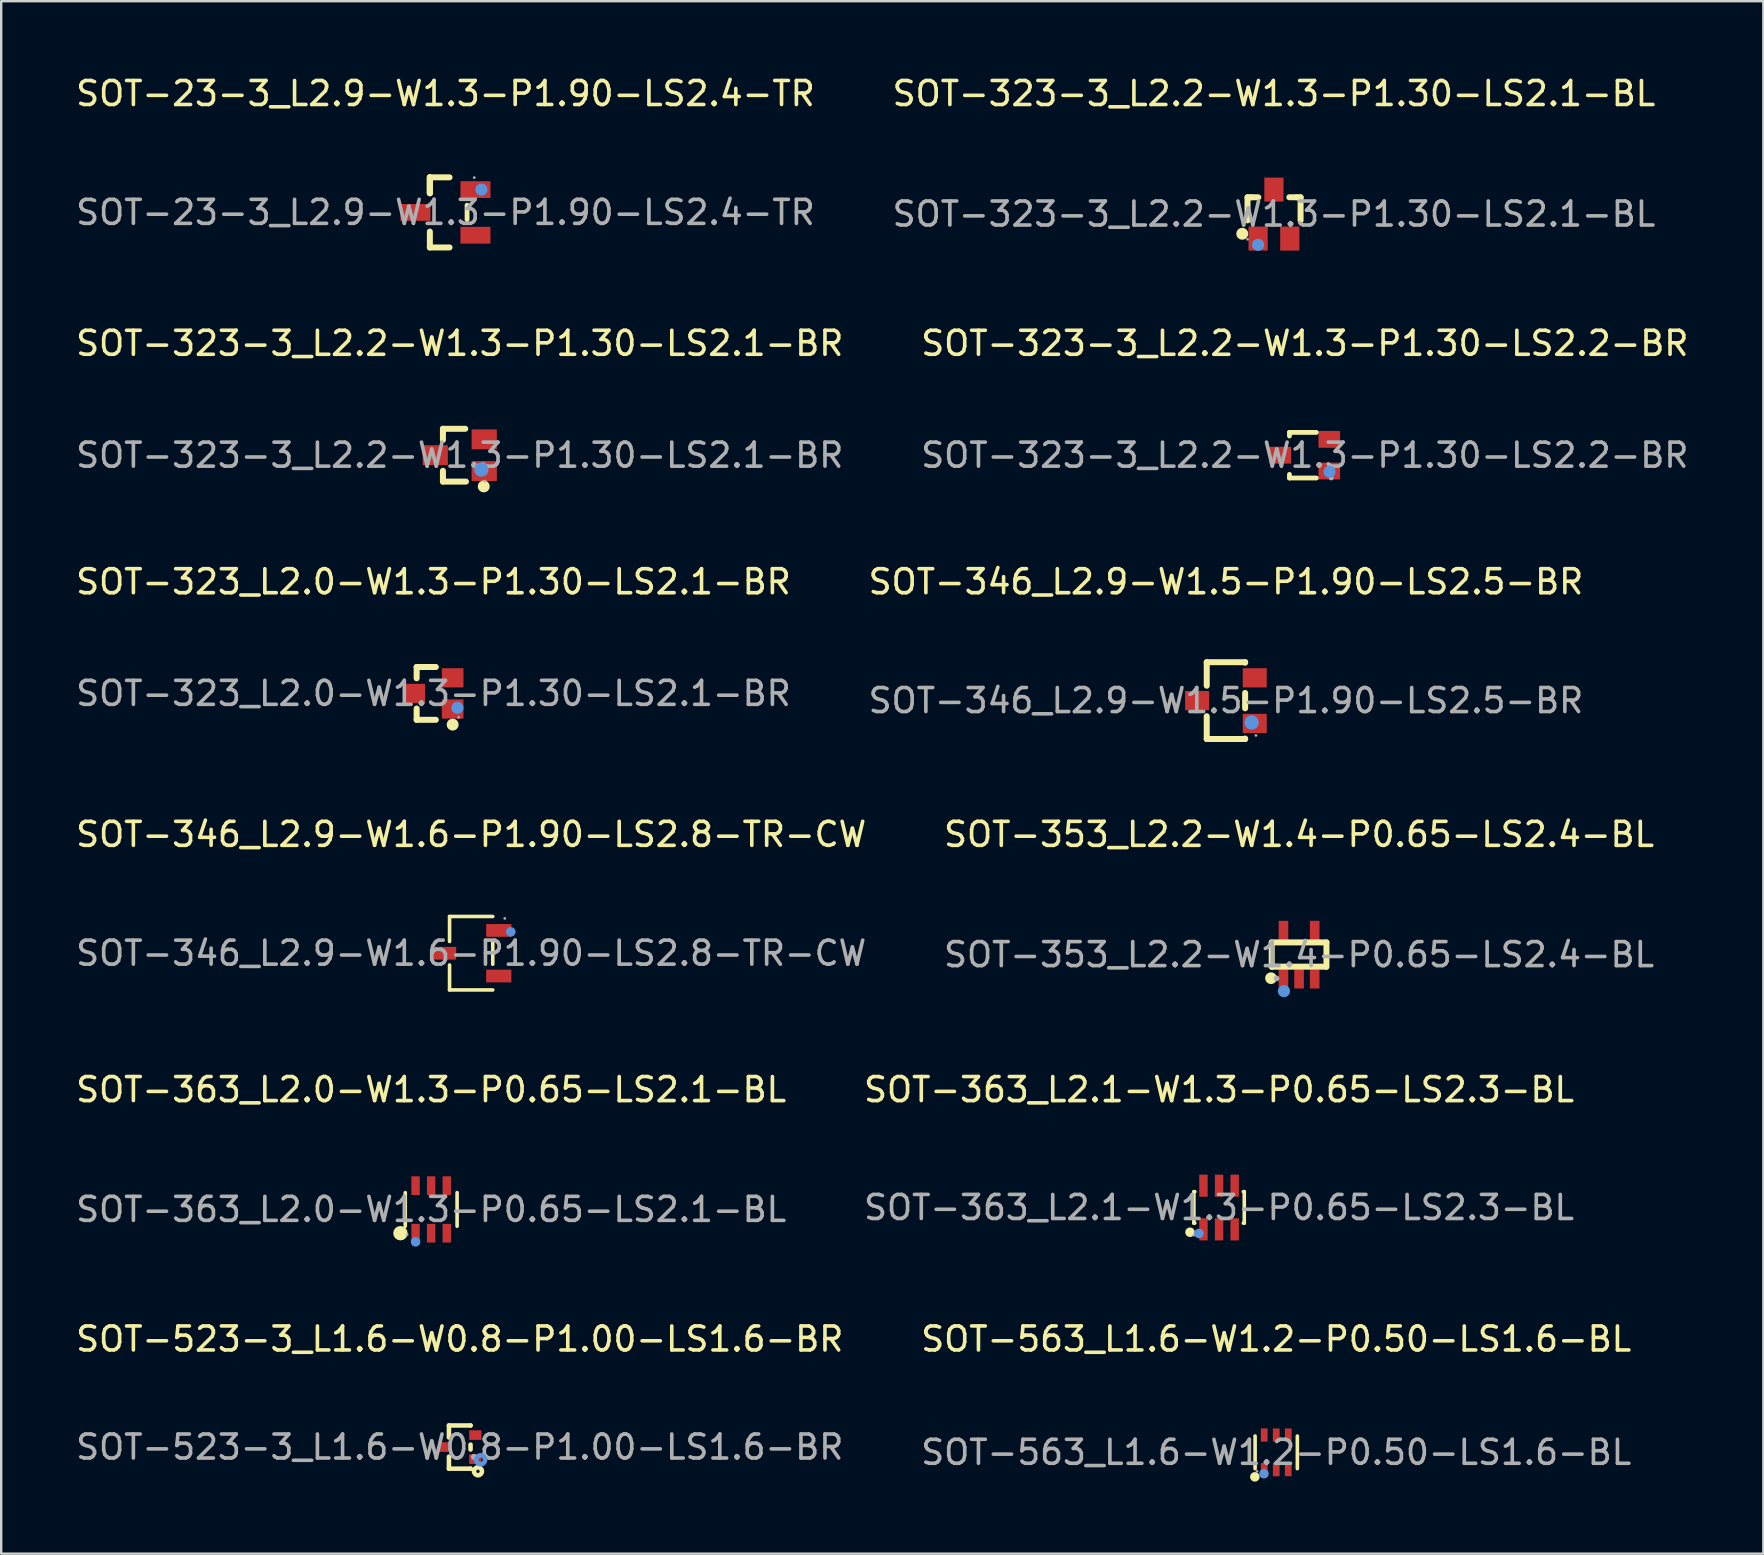
<source format=kicad_pcb>
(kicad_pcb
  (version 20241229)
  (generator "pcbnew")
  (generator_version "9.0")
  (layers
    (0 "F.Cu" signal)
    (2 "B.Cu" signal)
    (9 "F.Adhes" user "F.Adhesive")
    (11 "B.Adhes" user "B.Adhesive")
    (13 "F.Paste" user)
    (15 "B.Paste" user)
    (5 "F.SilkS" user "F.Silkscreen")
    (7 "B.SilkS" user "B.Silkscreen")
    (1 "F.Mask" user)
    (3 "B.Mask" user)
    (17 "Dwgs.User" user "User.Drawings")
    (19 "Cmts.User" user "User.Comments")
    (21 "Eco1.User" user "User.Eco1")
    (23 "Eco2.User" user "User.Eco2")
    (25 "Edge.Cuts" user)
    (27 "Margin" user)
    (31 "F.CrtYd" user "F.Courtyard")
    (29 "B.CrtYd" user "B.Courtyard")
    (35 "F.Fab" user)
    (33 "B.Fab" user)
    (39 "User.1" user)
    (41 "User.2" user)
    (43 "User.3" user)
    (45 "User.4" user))
  (footprint "SOT-323-3_L2.2-W1.3-P1.30-LS2.1-BR"
    (layer "F.Cu")
    (at 16.101 15.912)
    (property "Reference" "SOT-323-3_L2.2-W1.3-P1.30-LS2.1-BR" (at 0 -4.66 0) (layer "F.SilkS") (effects (font (size 1 1) (thickness 0.15))))
    (attr through_hole)
    (fp_line (start -0.7 -1.1) (end 0.23 -1.1) (stroke (width 0.25) (type solid)) (layer "F.SilkS"))
    (fp_line (start -0.7 -0.95) (end -0.7 -1.1) (stroke (width 0.25) (type solid)) (layer "F.SilkS"))
    (fp_line (start -0.7 -0.64) (end -0.7 -0.95) (stroke (width 0.25) (type solid)) (layer "F.SilkS"))
    (fp_line (start -0.7 0.95) (end -0.7 0.65) (stroke (width 0.25) (type solid)) (layer "F.SilkS"))
    (fp_line (start -0.7 0.95) (end -0.7 1.1) (stroke (width 0.25) (type solid)) (layer "F.SilkS"))
    (fp_line (start -0.7 1.1) (end 0.26 1.1) (stroke (width 0.25) (type solid)) (layer "F.SilkS"))
    (fp_arc (start 1 1.3) (mid 1 1.3) (end 1 1.3) (stroke (width 0.25) (type solid)) (layer "F.SilkS"))
    (fp_circle (center 0.9 0.6) (end 1.05 0.6) (stroke (width 0.3) (type solid)) (fill no) (layer "Cmts.User"))
    (fp_circle (center 1.05 1.08) (end 1.08 1.08) (stroke (width 0.06) (type solid)) (fill no) (layer "F.Fab"))
    (fp_text user "${REFERENCE}" (at 0 0 0) (layer "F.Fab") (effects (font (size 1 1) (thickness 0.15))))
    (pad "1" smd rect (at 1.02 0.66) (size 1.05 0.83) (layers "F.Cu" "F.Mask" "F.Paste"))
    (pad "2" smd rect (at 1.02 -0.66) (size 1.05 0.83) (layers "F.Cu" "F.Mask" "F.Paste"))
    (pad "3" smd rect (at -1.02 0) (size 1.05 0.83) (layers "F.Cu" "F.Mask" "F.Paste")))
  (footprint "SOT-323-3_L2.2-W1.3-P1.30-LS2.2-BR"
    (layer "F.Cu")
    (at 51.304 15.912)
    (property "Reference" "SOT-323-3_L2.2-W1.3-P1.30-LS2.2-BR" (at 0 -4.66 0) (layer "F.SilkS") (effects (font (size 1 1) (thickness 0.15))))
    (attr through_hole)
    (fp_line (start -0.64 -0.95) (end 0.48 -0.95) (stroke (width 0.2) (type solid)) (layer "F.SilkS"))
    (fp_line (start -0.64 -0.8) (end -0.64 -0.95) (stroke (width 0.2) (type solid)) (layer "F.SilkS"))
    (fp_line (start -0.64 0.95) (end -0.64 0.8) (stroke (width 0.2) (type solid)) (layer "F.SilkS"))
    (fp_line (start 0.48 0.95) (end -0.64 0.95) (stroke (width 0.2) (type solid)) (layer "F.SilkS"))
    (fp_circle (center 1.03 0.69) (end 1.16 0.69) (stroke (width 0.25) (type solid)) (fill no) (layer "Cmts.User"))
    (fp_circle (center 1.1 0.95) (end 1.15 0.95) (stroke (width 0.1) (type solid)) (fill no) (layer "F.Fab"))
    (fp_text user "${REFERENCE}" (at 0 0 0) (layer "F.Fab") (effects (font (size 1 1) (thickness 0.15))))
    (pad "1" smd rect (at 1.02 0.66 90) (size 0.7 0.9) (layers "F.Cu" "F.Mask" "F.Paste"))
    (pad "2" smd rect (at 1.02 -0.66 90) (size 0.7 0.9) (layers "F.Cu" "F.Mask" "F.Paste"))
    (pad "3" smd rect (at -1.02 0 90) (size 0.7 0.9) (layers "F.Cu" "F.Mask" "F.Paste")))
  (footprint "SOT-323_L2.0-W1.3-P1.30-LS2.1-BR"
    (layer "F.Cu")
    (at 15.006 25.835)
    (property "Reference" "SOT-323_L2.0-W1.3-P1.30-LS2.1-BR" (at 0 -4.65 0) (layer "F.SilkS") (effects (font (size 1 1) (thickness 0.15))))
    (attr through_hole)
    (fp_line (start -0.7 -1.1) (end 0.1 -1.1) (stroke (width 0.25) (type solid)) (layer "F.SilkS"))
    (fp_line (start -0.7 -0.63) (end -0.7 -1.1) (stroke (width 0.25) (type solid)) (layer "F.SilkS"))
    (fp_line (start -0.7 1.1) (end -0.7 0.63) (stroke (width 0.25) (type solid)) (layer "F.SilkS"))
    (fp_line (start -0.7 1.1) (end 0.1 1.1) (stroke (width 0.25) (type solid)) (layer "F.SilkS"))
    (fp_arc (start 0.8 1.3) (mid 0.8 1.3) (end 0.8 1.3) (stroke (width 0.25) (type solid)) (layer "F.SilkS"))
    (fp_circle (center 1 0.6) (end 1.13 0.6) (stroke (width 0.25) (type solid)) (fill no) (layer "Cmts.User"))
    (fp_circle (center 1.05 1) (end 1.08 1) (stroke (width 0.06) (type solid)) (fill no) (layer "F.Fab"))
    (fp_text user "${REFERENCE}" (at 0 0 0) (layer "F.Fab") (effects (font (size 1 1) (thickness 0.15))))
    (pad "1" smd rect (at 0.8 0.65 90) (size 0.8 0.9) (layers "F.Cu" "F.Mask" "F.Paste"))
    (pad "2" smd rect (at 0.8 -0.65 90) (size 0.8 0.9) (layers "F.Cu" "F.Mask" "F.Paste"))
    (pad "3" smd rect (at -0.8 0 90) (size 0.8 0.9) (layers "F.Cu" "F.Mask" "F.Paste")))
  (footprint "SOT-323-3_L2.2-W1.3-P1.30-LS2.1-BL"
    (layer "F.Cu")
    (at 50.018 5.868)
    (property "Reference" "SOT-323-3_L2.2-W1.3-P1.30-LS2.1-BL" (at 0 -5.02 0) (layer "F.SilkS") (effects (font (size 1 1) (thickness 0.15))))
    (attr through_hole)
    (fp_line (start -1.1 -0.7) (end -1.1 0.26) (stroke (width 0.25) (type solid)) (layer "F.SilkS"))
    (fp_line (start -0.95 -0.7) (end -1.1 -0.7) (stroke (width 0.25) (type solid)) (layer "F.SilkS"))
    (fp_line (start -0.95 -0.7) (end -0.65 -0.7) (stroke (width 0.25) (type solid)) (layer "F.SilkS"))
    (fp_line (start 0.64 -0.7) (end 0.95 -0.7) (stroke (width 0.25) (type solid)) (layer "F.SilkS"))
    (fp_line (start 0.95 -0.7) (end 1.11 -0.7) (stroke (width 0.25) (type solid)) (layer "F.SilkS"))
    (fp_line (start 1.11 -0.7) (end 1.11 0.26) (stroke (width 0.25) (type solid)) (layer "F.SilkS"))
    (fp_arc (start -1.32 0.82) (mid -1.32 0.82) (end -1.32 0.82) (stroke (width 0.25) (type solid)) (layer "F.SilkS"))
    (fp_circle (center -0.66 1.28) (end -0.53 1.28) (stroke (width 0.25) (type solid)) (fill no) (layer "Cmts.User"))
    (fp_circle (center -1.1 1.05) (end -1.07 1.05) (stroke (width 0.06) (type solid)) (fill no) (layer "F.Fab"))
    (fp_text user "${REFERENCE}" (at 0 0 0) (layer "F.Fab") (effects (font (size 1 1) (thickness 0.15))))
    (pad "1" smd rect (at -0.66 1.02) (size 0.8 1) (layers "F.Cu" "F.Mask" "F.Paste"))
    (pad "2" smd rect (at 0.66 1.02) (size 0.8 1) (layers "F.Cu" "F.Mask" "F.Paste"))
    (pad "3" smd rect (at 0 -1.02) (size 0.8 1) (layers "F.Cu" "F.Mask" "F.Paste")))
  (footprint "SOT-23-3_L2.9-W1.3-P1.90-LS2.4-TR"
    (layer "F.Cu")
    (at 15.506 5.798)
    (property "Reference" "SOT-23-3_L2.9-W1.3-P1.90-LS2.4-TR" (at 0 -4.95 0) (layer "F.SilkS") (effects (font (size 1 1) (thickness 0.15))))
    (attr through_hole)
    (fp_line (start -0.65 -1.46) (end -0.65 -0.8) (stroke (width 0.25) (type solid)) (layer "F.SilkS"))
    (fp_line (start -0.65 -1.46) (end 0.17 -1.46) (stroke (width 0.25) (type solid)) (layer "F.SilkS"))
    (fp_line (start -0.65 -0.8) (end -0.65 -1.46) (stroke (width 0.25) (type solid)) (layer "F.SilkS"))
    (fp_line (start -0.65 -0.8) (end -0.65 -1.46) (stroke (width 0.25) (type solid)) (layer "F.SilkS"))
    (fp_line (start -0.65 1.46) (end -0.65 0.8) (stroke (width 0.25) (type solid)) (layer "F.SilkS"))
    (fp_line (start 0.17 1.46) (end -0.65 1.46) (stroke (width 0.25) (type solid)) (layer "F.SilkS"))
    (fp_line (start 0.9 0.3) (end 0.9 -0.3) (stroke (width 0.2) (type solid)) (layer "F.SilkS"))
    (fp_circle (center 1.5 -0.95) (end 1.63 -0.95) (stroke (width 0.25) (type solid)) (fill no) (layer "Cmts.User"))
    (fp_circle (center 1.2 -1.45) (end 1.23 -1.45) (stroke (width 0.06) (type solid)) (fill no) (layer "F.Fab"))
    (fp_text user "${REFERENCE}" (at 0 0 0) (layer "F.Fab") (effects (font (size 1 1) (thickness 0.15))))
    (pad "1" smd rect (at 1.25 -0.95 270) (size 0.7 1.25) (layers "F.Cu" "F.Mask" "F.Paste"))
    (pad "2" smd rect (at 1.25 0.95 270) (size 0.7 1.25) (layers "F.Cu" "F.Mask" "F.Paste"))
    (pad "3" smd rect (at -1.25 0 270) (size 0.7 1.25) (layers "F.Cu" "F.Mask" "F.Paste")))
  (footprint "SOT-346_L2.9-W1.5-P1.90-LS2.5-BR"
    (layer "F.Cu")
    (at 48.018 26.135)
    (property "Reference" "SOT-346_L2.9-W1.5-P1.90-LS2.5-BR" (at 0 -4.95 0) (layer "F.SilkS") (effects (font (size 1 1) (thickness 0.15))))
    (attr through_hole)
    (fp_line (start -0.8 -1.6) (end 0.8 -1.6) (stroke (width 0.25) (type solid)) (layer "F.SilkS"))
    (fp_line (start -0.8 -0.62) (end -0.8 -1.6) (stroke (width 0.25) (type solid)) (layer "F.SilkS"))
    (fp_line (start -0.8 1.6) (end -0.8 0.65) (stroke (width 0.25) (type solid)) (layer "F.SilkS"))
    (fp_line (start -0.8 1.6) (end 0.8 1.6) (stroke (width 0.25) (type solid)) (layer "F.SilkS"))
    (fp_line (start 0.8 -1.58) (end 0.8 -1.6) (stroke (width 0.25) (type solid)) (layer "F.SilkS"))
    (fp_line (start 0.8 0.32) (end 0.8 -0.32) (stroke (width 0.25) (type solid)) (layer "F.SilkS"))
    (fp_line (start 0.8 1.6) (end 0.8 1.58) (stroke (width 0.25) (type solid)) (layer "F.SilkS"))
    (fp_circle (center 1.07 0.91) (end 1.22 0.91) (stroke (width 0.3) (type solid)) (fill no) (layer "Cmts.User"))
    (fp_circle (center 1.25 1.45) (end 1.28 1.45) (stroke (width 0.06) (type solid)) (fill no) (layer "F.Fab"))
    (fp_text user "${REFERENCE}" (at 0 0 0) (layer "F.Fab") (effects (font (size 1 1) (thickness 0.15))))
    (pad "1" smd rect (at 1.2 0.95 90) (size 0.8 1) (layers "F.Cu" "F.Mask" "F.Paste"))
    (pad "2" smd rect (at 1.2 -0.95 90) (size 0.8 1) (layers "F.Cu" "F.Mask" "F.Paste"))
    (pad "3" smd rect (at -1.2 0 90) (size 0.8 1) (layers "F.Cu" "F.Mask" "F.Paste")))
  (footprint "SOT-563_L1.6-W1.2-P0.50-LS1.6-BL"
    (layer "F.Cu")
    (at 50.113 57.45)
    (property "Reference" "SOT-563_L1.6-W1.2-P0.50-LS1.6-BL" (at 0 -4.72 0) (layer "F.SilkS") (effects (font (size 1 1) (thickness 0.15))))
    (attr through_hole)
    (fp_line (start -0.88 0.68) (end -0.88 -0.68) (stroke (width 0.15) (type solid)) (layer "F.SilkS"))
    (fp_line (start 0.88 0.68) (end 0.88 -0.68) (stroke (width 0.15) (type solid)) (layer "F.SilkS"))
    (fp_circle (center -0.89 1.02) (end -0.79 1.02) (stroke (width 0.2) (type solid)) (fill no) (layer "F.SilkS"))
    (fp_circle (center -0.51 0.89) (end -0.41 0.89) (stroke (width 0.2) (type solid)) (fill no) (layer "Cmts.User"))
    (fp_circle (center -0.8 0.79) (end -0.77 0.79) (stroke (width 0.06) (type solid)) (fill no) (layer "F.Fab"))
    (fp_text user "${REFERENCE}" (at 0 0 0) (layer "F.Fab") (effects (font (size 1 1) (thickness 0.15))))
    (pad "1" smd rect (at -0.5 0.72) (size 0.28 0.55) (layers "F.Cu" "F.Mask" "F.Paste"))
    (pad "2" smd rect (at 0 0.72) (size 0.28 0.55) (layers "F.Cu" "F.Mask" "F.Paste"))
    (pad "3" smd rect (at 0.5 0.72) (size 0.28 0.55) (layers "F.Cu" "F.Mask" "F.Paste"))
    (pad "4" smd rect (at 0.5 -0.72) (size 0.28 0.55) (layers "F.Cu" "F.Mask" "F.Paste"))
    (pad "5" smd rect (at 0 -0.72) (size 0.28 0.55) (layers "F.Cu" "F.Mask" "F.Paste"))
    (pad "6" smd rect (at -0.5 -0.72) (size 0.28 0.55) (layers "F.Cu" "F.Mask" "F.Paste")))
  (footprint "SOT-363_L2.1-W1.3-P0.65-LS2.3-BL"
    (layer "F.Cu")
    (at 47.732 47.251)
    (property "Reference" "SOT-363_L2.1-W1.3-P0.65-LS2.3-BL" (at 0 -4.91 0) (layer "F.SilkS") (effects (font (size 1 1) (thickness 0.15))))
    (attr through_hole)
    (fp_line (start -1.05 -0.66) (end -1.05 0.65) (stroke (width 0.15) (type solid)) (layer "F.SilkS"))
    (fp_line (start -1.05 0.65) (end -1.01 0.65) (stroke (width 0.15) (type solid)) (layer "F.SilkS"))
    (fp_line (start -1.01 -0.66) (end -1.04 -0.66) (stroke (width 0.15) (type solid)) (layer "F.SilkS"))
    (fp_line (start 1.01 0.65) (end 1.05 0.65) (stroke (width 0.15) (type solid)) (layer "F.SilkS"))
    (fp_line (start 1.05 -0.66) (end 1.01 -0.66) (stroke (width 0.15) (type solid)) (layer "F.SilkS"))
    (fp_line (start 1.05 0.65) (end 1.05 -0.66) (stroke (width 0.15) (type solid)) (layer "F.SilkS"))
    (fp_circle (center -1.21 1.03) (end -1.11 1.03) (stroke (width 0.2) (type solid)) (fill no) (layer "F.SilkS"))
    (fp_circle (center -0.84 1.08) (end -0.74 1.08) (stroke (width 0.2) (type solid)) (fill no) (layer "Cmts.User"))
    (fp_circle (center -1.05 1.15) (end -1.02 1.15) (stroke (width 0.06) (type solid)) (fill no) (layer "F.Fab"))
    (fp_text user "${REFERENCE}" (at 0 0 0) (layer "F.Fab") (effects (font (size 1 1) (thickness 0.15))))
    (pad "1" smd rect (at -0.65 0.91) (size 0.35 0.92) (layers "F.Cu" "F.Mask" "F.Paste"))
    (pad "2" smd rect (at 0 0.91) (size 0.35 0.92) (layers "F.Cu" "F.Mask" "F.Paste"))
    (pad "3" smd rect (at 0.65 0.91) (size 0.35 0.92) (layers "F.Cu" "F.Mask" "F.Paste"))
    (pad "4" smd rect (at 0.65 -0.91) (size 0.35 0.92) (layers "F.Cu" "F.Mask" "F.Paste"))
    (pad "5" smd rect (at 0 -0.91) (size 0.35 0.92) (layers "F.Cu" "F.Mask" "F.Paste"))
    (pad "6" smd rect (at -0.65 -0.91) (size 0.35 0.92) (layers "F.Cu" "F.Mask" "F.Paste")))
  (footprint "SOT-346_L2.9-W1.6-P1.90-LS2.8-TR-CW"
    (layer "F.Cu")
    (at 16.577 36.658)
    (property "Reference" "SOT-346_L2.9-W1.6-P1.90-LS2.8-TR-CW" (at 0 -4.95 0) (layer "F.SilkS") (effects (font (size 1 1) (thickness 0.15))))
    (attr through_hole)
    (fp_line (start -0.9 -1.53) (end -0.9 -0.49) (stroke (width 0.15) (type solid)) (layer "F.SilkS"))
    (fp_line (start -0.9 1.53) (end -0.9 0.49) (stroke (width 0.15) (type solid)) (layer "F.SilkS"))
    (fp_line (start 0.9 -1.53) (end -0.9 -1.53) (stroke (width 0.15) (type solid)) (layer "F.SilkS"))
    (fp_line (start 0.9 -0.46) (end 0.9 0.46) (stroke (width 0.15) (type solid)) (layer "F.SilkS"))
    (fp_line (start 0.9 1.53) (end -0.9 1.53) (stroke (width 0.15) (type solid)) (layer "F.SilkS"))
    (fp_circle (center 1.65 -0.89) (end 1.75 -0.89) (stroke (width 0.2) (type solid)) (fill no) (layer "Cmts.User"))
    (fp_circle (center 1.4 -1.45) (end 1.43 -1.45) (stroke (width 0.06) (type solid)) (fill no) (layer "F.Fab"))
    (fp_text user "${REFERENCE}" (at 0 0 0) (layer "F.Fab") (effects (font (size 1 1) (thickness 0.15))))
    (pad "1" smd rect (at 1.15 -0.95) (size 1.05 0.53) (layers "F.Cu" "F.Mask" "F.Paste"))
    (pad "2" smd rect (at 1.15 0.95) (size 1.05 0.53) (layers "F.Cu" "F.Mask" "F.Paste"))
    (pad "3" smd rect (at -1.15 0) (size 1.05 0.53) (layers "F.Cu" "F.Mask" "F.Paste")))
  (footprint "SOT-353_L2.2-W1.4-P0.65-LS2.4-BL"
    (layer "F.Cu")
    (at 51.065 36.718)
    (property "Reference" "SOT-353_L2.2-W1.4-P0.65-LS2.4-BL" (at 0 -5.01 0) (layer "F.SilkS") (effects (font (size 1 1) (thickness 0.15))))
    (attr through_hole)
    (fp_line (start -1.14 -0.51) (end -1.14 0.51) (stroke (width 0.25) (type solid)) (layer "F.SilkS"))
    (fp_line (start -1.1 0.5) (end 1.1 0.5) (stroke (width 0.25) (type solid)) (layer "F.SilkS"))
    (fp_line (start 1.14 -0.51) (end -1.14 -0.51) (stroke (width 0.25) (type solid)) (layer "F.SilkS"))
    (fp_line (start 1.14 0.51) (end 1.14 -0.51) (stroke (width 0.25) (type solid)) (layer "F.SilkS"))
    (fp_arc (start -1.17 1.1) (mid -1.175004 0.860104) (end -1.16 1.099583) (stroke (width 0.25) (type solid)) (layer "F.SilkS"))
    (fp_circle (center -0.63 1.52) (end -0.5 1.52) (stroke (width 0.25) (type solid)) (fill no) (layer "Cmts.User"))
    (fp_circle (center -0.94 0.99) (end -0.88 0.99) (stroke (width 0.12) (type solid)) (fill no) (layer "F.Fab"))
    (fp_text user "${REFERENCE}" (at 0 0 0) (layer "F.Fab") (effects (font (size 1 1) (thickness 0.15))))
    (pad "1" smd rect (at -0.65 1.01 180) (size 0.4 0.8) (layers "F.Cu" "F.Mask" "F.Paste"))
    (pad "2" smd rect (at 0 1.01 180) (size 0.4 0.8) (layers "F.Cu" "F.Mask" "F.Paste"))
    (pad "3" smd rect (at 0.65 1.01 180) (size 0.4 0.8) (layers "F.Cu" "F.Mask" "F.Paste"))
    (pad "4" smd rect (at 0.65 -1.01 180) (size 0.4 0.8) (layers "F.Cu" "F.Mask" "F.Paste"))
    (pad "5" smd rect (at -0.65 -1.01 180) (size 0.4 0.8) (layers "F.Cu" "F.Mask" "F.Paste")))
  (footprint "SOT-523-3_L1.6-W0.8-P1.00-LS1.6-BR"
    (layer "F.Cu")
    (at 16.101 57.23)
    (property "Reference" "SOT-523-3_L1.6-W0.8-P1.00-LS1.6-BR" (at 0 -4.5 0) (layer "F.SilkS") (effects (font (size 1 1) (thickness 0.15))))
    (attr through_hole)
    (fp_line (start -0.45 -0.9) (end 0.45 -0.9) (stroke (width 0.19) (type solid)) (layer "F.SilkS"))
    (fp_line (start -0.45 -0.4) (end -0.45 -0.9) (stroke (width 0.19) (type solid)) (layer "F.SilkS"))
    (fp_line (start -0.45 0.9) (end -0.45 0.4) (stroke (width 0.19) (type solid)) (layer "F.SilkS"))
    (fp_line (start -0.45 0.9) (end 0.45 0.9) (stroke (width 0.19) (type solid)) (layer "F.SilkS"))
    (fp_line (start 0.45 -0.9) (end 0.45 -0.9) (stroke (width 0.19) (type solid)) (layer "F.SilkS"))
    (fp_line (start 0.45 0.1) (end 0.45 -0.1) (stroke (width 0.19) (type solid)) (layer "F.SilkS"))
    (fp_line (start 0.45 0.9) (end 0.45 0.9) (stroke (width 0.19) (type solid)) (layer "F.SilkS"))
    (fp_circle (center 0.76 1.01) (end 0.83 1.01) (stroke (width 0.19) (type solid)) (fill no) (layer "F.SilkS"))
    (fp_circle (center 0.87 0.53) (end 0.96 0.53) (stroke (width 0.19) (type solid)) (fill no) (layer "Cmts.User"))
    (fp_circle (center 0.8 0.8) (end 0.81 0.8) (stroke (width 0.02) (type solid)) (fill no) (layer "F.Fab"))
    (fp_text user "${REFERENCE}" (at 0 0 0) (layer "F.Fab") (effects (font (size 1 1) (thickness 0.15))))
    (pad "1" smd rect (at 0.65 0.5 90) (size 0.4 0.51) (layers "F.Cu" "F.Mask" "F.Paste"))
    (pad "2" smd rect (at 0.65 -0.5 90) (size 0.4 0.51) (layers "F.Cu" "F.Mask" "F.Paste"))
    (pad "3" smd rect (at -0.65 0 90) (size 0.4 0.51) (layers "F.Cu" "F.Mask" "F.Paste")))
  (footprint "SOT-363_L2.0-W1.3-P0.65-LS2.1-BL"
    (layer "F.Cu")
    (at 14.911 47.331)
    (property "Reference" "SOT-363_L2.0-W1.3-P0.65-LS2.1-BL" (at 0 -4.99 0) (layer "F.SilkS") (effects (font (size 1 1) (thickness 0.15))))
    (attr through_hole)
    (fp_line (start -1.08 0.7) (end -1.08 -0.7) (stroke (width 0.15) (type solid)) (layer "F.SilkS"))
    (fp_line (start 1.08 0.7) (end 1.08 -0.7) (stroke (width 0.15) (type solid)) (layer "F.SilkS"))
    (fp_circle (center -1.28 0.99) (end -1.13 0.99) (stroke (width 0.3) (type solid)) (fill no) (layer "F.SilkS"))
    (fp_circle (center -0.65 1.35) (end -0.55 1.35) (stroke (width 0.2) (type solid)) (fill no) (layer "Cmts.User"))
    (fp_circle (center -1 1.05) (end -0.97 1.05) (stroke (width 0.06) (type solid)) (fill no) (layer "F.Fab"))
    (fp_text user "${REFERENCE}" (at 0 0 0) (layer "F.Fab") (effects (font (size 1 1) (thickness 0.15))))
    (pad "1" smd rect (at -0.65 0.99) (size 0.35 0.78) (layers "F.Cu" "F.Mask" "F.Paste"))
    (pad "2" smd rect (at 0 0.99) (size 0.35 0.78) (layers "F.Cu" "F.Mask" "F.Paste"))
    (pad "3" smd rect (at 0.65 0.99) (size 0.35 0.78) (layers "F.Cu" "F.Mask" "F.Paste"))
    (pad "4" smd rect (at 0.65 -0.99) (size 0.35 0.78) (layers "F.Cu" "F.Mask" "F.Paste"))
    (pad "5" smd rect (at 0 -0.99) (size 0.35 0.78) (layers "F.Cu" "F.Mask" "F.Paste"))
    (pad "6" smd rect (at -0.65 -0.99) (size 0.35 0.78) (layers "F.Cu" "F.Mask" "F.Paste")))
  (gr_rect
    (start -3 -3)
    (end 70.405 61.67)
    (stroke (width 0.1) (type default))
    (fill no)
    (layer "Edge.Cuts")))
</source>
